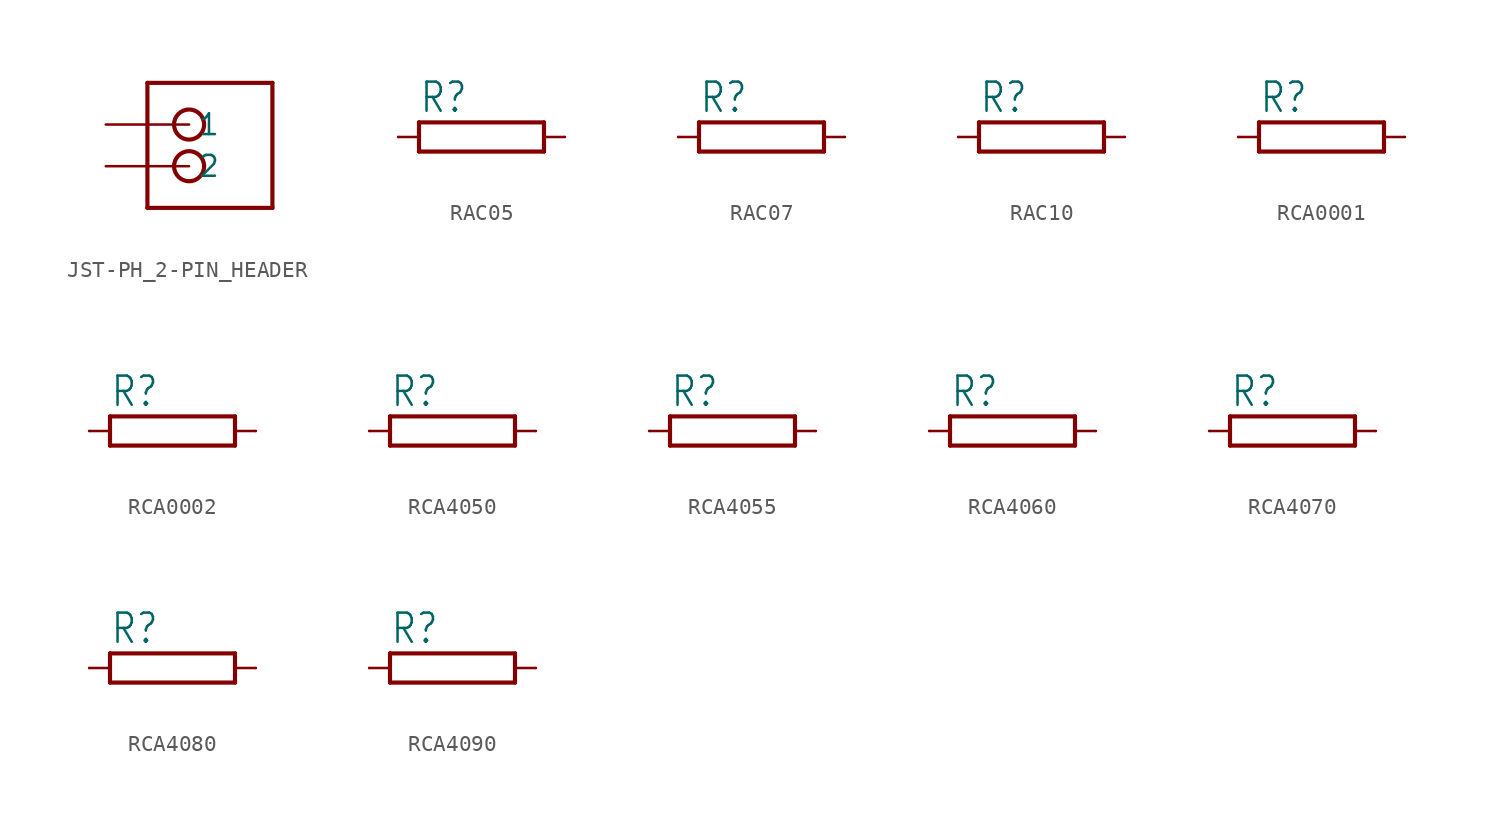
<source format=kicad_sym>
(kicad_symbol_lib
  (version 20220914)
  (generator kicad_symbol_editor)
  (symbol "JST-PH_2-PIN_HEADER"
    (property "Reference" ""
      (at -5.08 5.842 0)
      (effects (font (size 1.27 1.27)) (justify left bottom) hide))
    (property "Value" ""
      (at -5.08 -4.318 0)
      (effects (font (size 1.27 1.27)) (justify left bottom)))
    (property "ki_locked" ""
      (at 0 0 0)
      (effects (font (size 1.27 1.27))))
    (symbol "JST-PH_2-PIN_HEADER_1_0"
      (circle (center -2.54 0) (radius 0.916) (stroke (width 0.254) (type solid)) (fill (type none)))
      (circle (center -2.54 2.54) (radius 0.916) (stroke (width 0.254) (type solid)) (fill (type none)))
      (polyline (pts (xy -5.08 -2.54) (xy -5.08 5.08)) (stroke (width 0.254) (type solid)) (fill (type none)))
      (polyline (pts (xy -5.08 5.08) (xy 2.54 5.08)) (stroke (width 0.254) (type solid)) (fill (type none)))
      (polyline (pts (xy 2.54 -2.54) (xy -5.08 -2.54)) (stroke (width 0.254) (type solid)) (fill (type none)))
      (polyline (pts (xy 2.54 5.08) (xy 2.54 -2.54)) (stroke (width 0.254) (type solid)) (fill (type none)))
      (pin bidirectional line (at -7.62 2.54 0) (length 5.08) (name "1" (effects (font (size 1.27 1.27)))) (number "P1" (effects (font (size 0 0)))))
      (pin bidirectional line (at -7.62 0 0) (length 5.08) (name "2" (effects (font (size 1.27 1.27)))) (number "P2" (effects (font (size 0 0)))))))
  (symbol "RAC05"
    (property "Reference" "R"
      (at -3.81 1.372 0)
      (effects (font (size 1.778 1.511)) (justify left bottom)))
    (property "Value" ""
      (at -3.81 -2.921 0)
      (effects (font (size 1.778 1.511)) (justify left bottom)))
    (property "ki_locked" ""
      (at 0 0 0)
      (effects (font (size 1.27 1.27))))
    (symbol "RAC05_1_0"
      (polyline (pts (xy -5.08 0) (xy -3.81 0)) (stroke (width 0.152) (type solid)) (fill (type none)))
      (polyline (pts (xy -3.81 -0.889) (xy -3.81 0)) (stroke (width 0.254) (type solid)) (fill (type none)))
      (polyline (pts (xy -3.81 -0.889) (xy 3.81 -0.889)) (stroke (width 0.254) (type solid)) (fill (type none)))
      (polyline (pts (xy -3.81 0) (xy -3.81 0.889)) (stroke (width 0.254) (type solid)) (fill (type none)))
      (polyline (pts (xy 3.81 -0.889) (xy 3.81 0)) (stroke (width 0.254) (type solid)) (fill (type none)))
      (polyline (pts (xy 3.81 0) (xy 3.81 0.889)) (stroke (width 0.254) (type solid)) (fill (type none)))
      (polyline (pts (xy 3.81 0) (xy 5.08 0)) (stroke (width 0.152) (type solid)) (fill (type none)))
      (polyline (pts (xy 3.81 0.889) (xy -3.81 0.889)) (stroke (width 0.254) (type solid)) (fill (type none)))
      (pin passive line (at -5.08 0 0) (length 0) (name "1" (effects (font (size 0 0)))) (number "1" (effects (font (size 0 0)))))
      (pin passive line (at 5.08 0 180) (length 0) (name "2" (effects (font (size 0 0)))) (number "2" (effects (font (size 0 0)))))))
  (symbol "RAC07"
    (property "Reference" "R"
      (at -3.81 1.372 0)
      (effects (font (size 1.778 1.511)) (justify left bottom)))
    (property "Value" ""
      (at -3.81 -2.921 0)
      (effects (font (size 1.778 1.511)) (justify left bottom)))
    (property "ki_locked" ""
      (at 0 0 0)
      (effects (font (size 1.27 1.27))))
    (symbol "RAC07_1_0"
      (polyline (pts (xy -5.08 0) (xy -3.81 0)) (stroke (width 0.152) (type solid)) (fill (type none)))
      (polyline (pts (xy -3.81 -0.889) (xy -3.81 0)) (stroke (width 0.254) (type solid)) (fill (type none)))
      (polyline (pts (xy -3.81 -0.889) (xy 3.81 -0.889)) (stroke (width 0.254) (type solid)) (fill (type none)))
      (polyline (pts (xy -3.81 0) (xy -3.81 0.889)) (stroke (width 0.254) (type solid)) (fill (type none)))
      (polyline (pts (xy 3.81 -0.889) (xy 3.81 0)) (stroke (width 0.254) (type solid)) (fill (type none)))
      (polyline (pts (xy 3.81 0) (xy 3.81 0.889)) (stroke (width 0.254) (type solid)) (fill (type none)))
      (polyline (pts (xy 3.81 0) (xy 5.08 0)) (stroke (width 0.152) (type solid)) (fill (type none)))
      (polyline (pts (xy 3.81 0.889) (xy -3.81 0.889)) (stroke (width 0.254) (type solid)) (fill (type none)))
      (pin passive line (at -5.08 0 0) (length 0) (name "1" (effects (font (size 0 0)))) (number "1" (effects (font (size 0 0)))))
      (pin passive line (at 5.08 0 180) (length 0) (name "2" (effects (font (size 0 0)))) (number "2" (effects (font (size 0 0)))))))
  (symbol "RAC10"
    (property "Reference" "R"
      (at -3.81 1.372 0)
      (effects (font (size 1.778 1.511)) (justify left bottom)))
    (property "Value" ""
      (at -3.81 -2.921 0)
      (effects (font (size 1.778 1.511)) (justify left bottom)))
    (property "ki_locked" ""
      (at 0 0 0)
      (effects (font (size 1.27 1.27))))
    (symbol "RAC10_1_0"
      (polyline (pts (xy -5.08 0) (xy -3.81 0)) (stroke (width 0.152) (type solid)) (fill (type none)))
      (polyline (pts (xy -3.81 -0.889) (xy -3.81 0)) (stroke (width 0.254) (type solid)) (fill (type none)))
      (polyline (pts (xy -3.81 -0.889) (xy 3.81 -0.889)) (stroke (width 0.254) (type solid)) (fill (type none)))
      (polyline (pts (xy -3.81 0) (xy -3.81 0.889)) (stroke (width 0.254) (type solid)) (fill (type none)))
      (polyline (pts (xy 3.81 -0.889) (xy 3.81 0)) (stroke (width 0.254) (type solid)) (fill (type none)))
      (polyline (pts (xy 3.81 0) (xy 3.81 0.889)) (stroke (width 0.254) (type solid)) (fill (type none)))
      (polyline (pts (xy 3.81 0) (xy 5.08 0)) (stroke (width 0.152) (type solid)) (fill (type none)))
      (polyline (pts (xy 3.81 0.889) (xy -3.81 0.889)) (stroke (width 0.254) (type solid)) (fill (type none)))
      (pin passive line (at -5.08 0 0) (length 0) (name "1" (effects (font (size 0 0)))) (number "1" (effects (font (size 0 0)))))
      (pin passive line (at 5.08 0 180) (length 0) (name "2" (effects (font (size 0 0)))) (number "2" (effects (font (size 0 0)))))))
  (symbol "RCA0001"
    (property "Reference" "R"
      (at -3.81 1.372 0)
      (effects (font (size 1.778 1.511)) (justify left bottom)))
    (property "Value" ""
      (at -3.81 -2.921 0)
      (effects (font (size 1.778 1.511)) (justify left bottom)))
    (property "ki_locked" ""
      (at 0 0 0)
      (effects (font (size 1.27 1.27))))
    (symbol "RCA0001_1_0"
      (polyline (pts (xy -5.08 0) (xy -3.81 0)) (stroke (width 0.152) (type solid)) (fill (type none)))
      (polyline (pts (xy -3.81 -0.889) (xy -3.81 0)) (stroke (width 0.254) (type solid)) (fill (type none)))
      (polyline (pts (xy -3.81 -0.889) (xy 3.81 -0.889)) (stroke (width 0.254) (type solid)) (fill (type none)))
      (polyline (pts (xy -3.81 0) (xy -3.81 0.889)) (stroke (width 0.254) (type solid)) (fill (type none)))
      (polyline (pts (xy 3.81 -0.889) (xy 3.81 0)) (stroke (width 0.254) (type solid)) (fill (type none)))
      (polyline (pts (xy 3.81 0) (xy 3.81 0.889)) (stroke (width 0.254) (type solid)) (fill (type none)))
      (polyline (pts (xy 3.81 0) (xy 5.08 0)) (stroke (width 0.152) (type solid)) (fill (type none)))
      (polyline (pts (xy 3.81 0.889) (xy -3.81 0.889)) (stroke (width 0.254) (type solid)) (fill (type none)))
      (pin passive line (at -5.08 0 0) (length 0) (name "1" (effects (font (size 0 0)))) (number "1" (effects (font (size 0 0)))))
      (pin passive line (at 5.08 0 180) (length 0) (name "2" (effects (font (size 0 0)))) (number "2" (effects (font (size 0 0)))))))
  (symbol "RCA0002"
    (property "Reference" "R"
      (at -3.81 1.372 0)
      (effects (font (size 1.778 1.511)) (justify left bottom)))
    (property "Value" ""
      (at -3.81 -2.921 0)
      (effects (font (size 1.778 1.511)) (justify left bottom)))
    (property "ki_locked" ""
      (at 0 0 0)
      (effects (font (size 1.27 1.27))))
    (symbol "RCA0002_1_0"
      (polyline (pts (xy -5.08 0) (xy -3.81 0)) (stroke (width 0.152) (type solid)) (fill (type none)))
      (polyline (pts (xy -3.81 -0.889) (xy -3.81 0)) (stroke (width 0.254) (type solid)) (fill (type none)))
      (polyline (pts (xy -3.81 -0.889) (xy 3.81 -0.889)) (stroke (width 0.254) (type solid)) (fill (type none)))
      (polyline (pts (xy -3.81 0) (xy -3.81 0.889)) (stroke (width 0.254) (type solid)) (fill (type none)))
      (polyline (pts (xy 3.81 -0.889) (xy 3.81 0)) (stroke (width 0.254) (type solid)) (fill (type none)))
      (polyline (pts (xy 3.81 0) (xy 3.81 0.889)) (stroke (width 0.254) (type solid)) (fill (type none)))
      (polyline (pts (xy 3.81 0) (xy 5.08 0)) (stroke (width 0.152) (type solid)) (fill (type none)))
      (polyline (pts (xy 3.81 0.889) (xy -3.81 0.889)) (stroke (width 0.254) (type solid)) (fill (type none)))
      (pin passive line (at -5.08 0 0) (length 0) (name "1" (effects (font (size 0 0)))) (number "1" (effects (font (size 0 0)))))
      (pin passive line (at 5.08 0 180) (length 0) (name "2" (effects (font (size 0 0)))) (number "2" (effects (font (size 0 0)))))))
  (symbol "RCA4050"
    (property "Reference" "R"
      (at -3.81 1.372 0)
      (effects (font (size 1.778 1.511)) (justify left bottom)))
    (property "Value" ""
      (at -3.81 -2.921 0)
      (effects (font (size 1.778 1.511)) (justify left bottom)))
    (property "ki_locked" ""
      (at 0 0 0)
      (effects (font (size 1.27 1.27))))
    (symbol "RCA4050_1_0"
      (polyline (pts (xy -5.08 0) (xy -3.81 0)) (stroke (width 0.152) (type solid)) (fill (type none)))
      (polyline (pts (xy -3.81 -0.889) (xy -3.81 0)) (stroke (width 0.254) (type solid)) (fill (type none)))
      (polyline (pts (xy -3.81 -0.889) (xy 3.81 -0.889)) (stroke (width 0.254) (type solid)) (fill (type none)))
      (polyline (pts (xy -3.81 0) (xy -3.81 0.889)) (stroke (width 0.254) (type solid)) (fill (type none)))
      (polyline (pts (xy 3.81 -0.889) (xy 3.81 0)) (stroke (width 0.254) (type solid)) (fill (type none)))
      (polyline (pts (xy 3.81 0) (xy 3.81 0.889)) (stroke (width 0.254) (type solid)) (fill (type none)))
      (polyline (pts (xy 3.81 0) (xy 5.08 0)) (stroke (width 0.152) (type solid)) (fill (type none)))
      (polyline (pts (xy 3.81 0.889) (xy -3.81 0.889)) (stroke (width 0.254) (type solid)) (fill (type none)))
      (pin passive line (at -5.08 0 0) (length 0) (name "1" (effects (font (size 0 0)))) (number "1" (effects (font (size 0 0)))))
      (pin passive line (at 5.08 0 180) (length 0) (name "2" (effects (font (size 0 0)))) (number "2" (effects (font (size 0 0)))))))
  (symbol "RCA4055"
    (property "Reference" "R"
      (at -3.81 1.372 0)
      (effects (font (size 1.778 1.511)) (justify left bottom)))
    (property "Value" ""
      (at -3.81 -2.921 0)
      (effects (font (size 1.778 1.511)) (justify left bottom)))
    (property "ki_locked" ""
      (at 0 0 0)
      (effects (font (size 1.27 1.27))))
    (symbol "RCA4055_1_0"
      (polyline (pts (xy -5.08 0) (xy -3.81 0)) (stroke (width 0.152) (type solid)) (fill (type none)))
      (polyline (pts (xy -3.81 -0.889) (xy -3.81 0)) (stroke (width 0.254) (type solid)) (fill (type none)))
      (polyline (pts (xy -3.81 -0.889) (xy 3.81 -0.889)) (stroke (width 0.254) (type solid)) (fill (type none)))
      (polyline (pts (xy -3.81 0) (xy -3.81 0.889)) (stroke (width 0.254) (type solid)) (fill (type none)))
      (polyline (pts (xy 3.81 -0.889) (xy 3.81 0)) (stroke (width 0.254) (type solid)) (fill (type none)))
      (polyline (pts (xy 3.81 0) (xy 3.81 0.889)) (stroke (width 0.254) (type solid)) (fill (type none)))
      (polyline (pts (xy 3.81 0) (xy 5.08 0)) (stroke (width 0.152) (type solid)) (fill (type none)))
      (polyline (pts (xy 3.81 0.889) (xy -3.81 0.889)) (stroke (width 0.254) (type solid)) (fill (type none)))
      (pin passive line (at -5.08 0 0) (length 0) (name "1" (effects (font (size 0 0)))) (number "1" (effects (font (size 0 0)))))
      (pin passive line (at 5.08 0 180) (length 0) (name "2" (effects (font (size 0 0)))) (number "2" (effects (font (size 0 0)))))))
  (symbol "RCA4060"
    (property "Reference" "R"
      (at -3.81 1.372 0)
      (effects (font (size 1.778 1.511)) (justify left bottom)))
    (property "Value" ""
      (at -3.81 -2.921 0)
      (effects (font (size 1.778 1.511)) (justify left bottom)))
    (property "ki_locked" ""
      (at 0 0 0)
      (effects (font (size 1.27 1.27))))
    (symbol "RCA4060_1_0"
      (polyline (pts (xy -5.08 0) (xy -3.81 0)) (stroke (width 0.152) (type solid)) (fill (type none)))
      (polyline (pts (xy -3.81 -0.889) (xy -3.81 0)) (stroke (width 0.254) (type solid)) (fill (type none)))
      (polyline (pts (xy -3.81 -0.889) (xy 3.81 -0.889)) (stroke (width 0.254) (type solid)) (fill (type none)))
      (polyline (pts (xy -3.81 0) (xy -3.81 0.889)) (stroke (width 0.254) (type solid)) (fill (type none)))
      (polyline (pts (xy 3.81 -0.889) (xy 3.81 0)) (stroke (width 0.254) (type solid)) (fill (type none)))
      (polyline (pts (xy 3.81 0) (xy 3.81 0.889)) (stroke (width 0.254) (type solid)) (fill (type none)))
      (polyline (pts (xy 3.81 0) (xy 5.08 0)) (stroke (width 0.152) (type solid)) (fill (type none)))
      (polyline (pts (xy 3.81 0.889) (xy -3.81 0.889)) (stroke (width 0.254) (type solid)) (fill (type none)))
      (pin passive line (at -5.08 0 0) (length 0) (name "1" (effects (font (size 0 0)))) (number "1" (effects (font (size 0 0)))))
      (pin passive line (at 5.08 0 180) (length 0) (name "2" (effects (font (size 0 0)))) (number "2" (effects (font (size 0 0)))))))
  (symbol "RCA4070"
    (property "Reference" "R"
      (at -3.81 1.372 0)
      (effects (font (size 1.778 1.511)) (justify left bottom)))
    (property "Value" ""
      (at -3.81 -2.921 0)
      (effects (font (size 1.778 1.511)) (justify left bottom)))
    (property "ki_locked" ""
      (at 0 0 0)
      (effects (font (size 1.27 1.27))))
    (symbol "RCA4070_1_0"
      (polyline (pts (xy -5.08 0) (xy -3.81 0)) (stroke (width 0.152) (type solid)) (fill (type none)))
      (polyline (pts (xy -3.81 -0.889) (xy -3.81 0)) (stroke (width 0.254) (type solid)) (fill (type none)))
      (polyline (pts (xy -3.81 -0.889) (xy 3.81 -0.889)) (stroke (width 0.254) (type solid)) (fill (type none)))
      (polyline (pts (xy -3.81 0) (xy -3.81 0.889)) (stroke (width 0.254) (type solid)) (fill (type none)))
      (polyline (pts (xy 3.81 -0.889) (xy 3.81 0)) (stroke (width 0.254) (type solid)) (fill (type none)))
      (polyline (pts (xy 3.81 0) (xy 3.81 0.889)) (stroke (width 0.254) (type solid)) (fill (type none)))
      (polyline (pts (xy 3.81 0) (xy 5.08 0)) (stroke (width 0.152) (type solid)) (fill (type none)))
      (polyline (pts (xy 3.81 0.889) (xy -3.81 0.889)) (stroke (width 0.254) (type solid)) (fill (type none)))
      (pin passive line (at -5.08 0 0) (length 0) (name "1" (effects (font (size 0 0)))) (number "1" (effects (font (size 0 0)))))
      (pin passive line (at 5.08 0 180) (length 0) (name "2" (effects (font (size 0 0)))) (number "2" (effects (font (size 0 0)))))))
  (symbol "RCA4080"
    (property "Reference" "R"
      (at -3.81 1.372 0)
      (effects (font (size 1.778 1.511)) (justify left bottom)))
    (property "Value" ""
      (at -3.81 -2.921 0)
      (effects (font (size 1.778 1.511)) (justify left bottom)))
    (property "ki_locked" ""
      (at 0 0 0)
      (effects (font (size 1.27 1.27))))
    (symbol "RCA4080_1_0"
      (polyline (pts (xy -5.08 0) (xy -3.81 0)) (stroke (width 0.152) (type solid)) (fill (type none)))
      (polyline (pts (xy -3.81 -0.889) (xy -3.81 0)) (stroke (width 0.254) (type solid)) (fill (type none)))
      (polyline (pts (xy -3.81 -0.889) (xy 3.81 -0.889)) (stroke (width 0.254) (type solid)) (fill (type none)))
      (polyline (pts (xy -3.81 0) (xy -3.81 0.889)) (stroke (width 0.254) (type solid)) (fill (type none)))
      (polyline (pts (xy 3.81 -0.889) (xy 3.81 0)) (stroke (width 0.254) (type solid)) (fill (type none)))
      (polyline (pts (xy 3.81 0) (xy 3.81 0.889)) (stroke (width 0.254) (type solid)) (fill (type none)))
      (polyline (pts (xy 3.81 0) (xy 5.08 0)) (stroke (width 0.152) (type solid)) (fill (type none)))
      (polyline (pts (xy 3.81 0.889) (xy -3.81 0.889)) (stroke (width 0.254) (type solid)) (fill (type none)))
      (pin passive line (at -5.08 0 0) (length 0) (name "1" (effects (font (size 0 0)))) (number "1" (effects (font (size 0 0)))))
      (pin passive line (at 5.08 0 180) (length 0) (name "2" (effects (font (size 0 0)))) (number "2" (effects (font (size 0 0)))))))
  (symbol "RCA4090"
    (property "Reference" "R"
      (at -3.81 1.372 0)
      (effects (font (size 1.778 1.511)) (justify left bottom)))
    (property "Value" ""
      (at -3.81 -2.921 0)
      (effects (font (size 1.778 1.511)) (justify left bottom)))
    (property "ki_locked" ""
      (at 0 0 0)
      (effects (font (size 1.27 1.27))))
    (symbol "RCA4090_1_0"
      (polyline (pts (xy -5.08 0) (xy -3.81 0)) (stroke (width 0.152) (type solid)) (fill (type none)))
      (polyline (pts (xy -3.81 -0.889) (xy -3.81 0)) (stroke (width 0.254) (type solid)) (fill (type none)))
      (polyline (pts (xy -3.81 -0.889) (xy 3.81 -0.889)) (stroke (width 0.254) (type solid)) (fill (type none)))
      (polyline (pts (xy -3.81 0) (xy -3.81 0.889)) (stroke (width 0.254) (type solid)) (fill (type none)))
      (polyline (pts (xy 3.81 -0.889) (xy 3.81 0)) (stroke (width 0.254) (type solid)) (fill (type none)))
      (polyline (pts (xy 3.81 0) (xy 3.81 0.889)) (stroke (width 0.254) (type solid)) (fill (type none)))
      (polyline (pts (xy 3.81 0) (xy 5.08 0)) (stroke (width 0.152) (type solid)) (fill (type none)))
      (polyline (pts (xy 3.81 0.889) (xy -3.81 0.889)) (stroke (width 0.254) (type solid)) (fill (type none)))
      (pin passive line (at -5.08 0 0) (length 0) (name "1" (effects (font (size 0 0)))) (number "1" (effects (font (size 0 0)))))
      (pin passive line (at 5.08 0 180) (length 0) (name "2" (effects (font (size 0 0)))) (number "2" (effects (font (size 0 0))))))))
</source>
